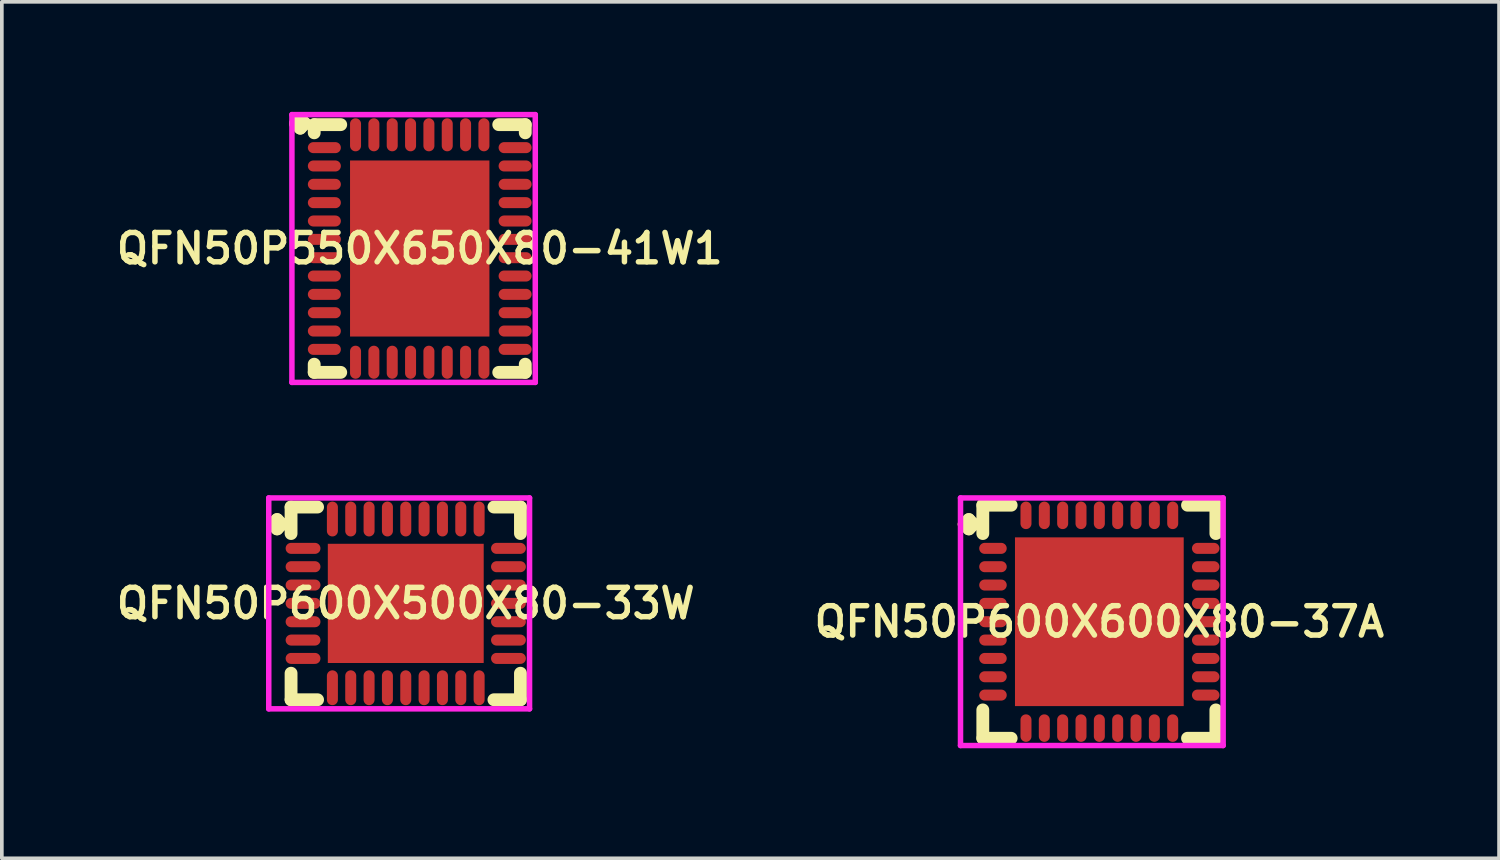
<source format=kicad_pcb>
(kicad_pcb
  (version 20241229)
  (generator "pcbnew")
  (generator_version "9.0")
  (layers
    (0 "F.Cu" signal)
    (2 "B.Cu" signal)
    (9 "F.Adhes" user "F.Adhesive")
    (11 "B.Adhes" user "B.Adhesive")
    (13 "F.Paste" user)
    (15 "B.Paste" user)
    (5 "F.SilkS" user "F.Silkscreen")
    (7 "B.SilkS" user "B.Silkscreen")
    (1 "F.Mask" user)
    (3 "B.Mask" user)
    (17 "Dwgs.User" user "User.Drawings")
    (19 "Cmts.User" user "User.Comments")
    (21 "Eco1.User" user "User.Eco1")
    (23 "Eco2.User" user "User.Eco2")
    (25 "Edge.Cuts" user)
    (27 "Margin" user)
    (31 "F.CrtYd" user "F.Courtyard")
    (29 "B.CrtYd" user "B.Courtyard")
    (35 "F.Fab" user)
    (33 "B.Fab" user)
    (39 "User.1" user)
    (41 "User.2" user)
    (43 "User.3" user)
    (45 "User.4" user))
  (footprint "QFN50P600X500X80-33W"
    (layer "F.Cu")
    (at 8.012 13.4)
    (property "Reference" "QFN50P600X500X80-33W" (at 0 0 0) (layer "F.SilkS") (effects (font (size 0.8 0.8) (thickness 0.15))))
    (attr through_hole)
    (fp_line (start -3.635 -2.158) (end -3.508 -2.285) (stroke (width 0.35) (type solid)) (layer "F.SilkS"))
    (fp_line (start -3.508 -2.285) (end -3.381 -2.158) (stroke (width 0.35) (type solid)) (layer "F.SilkS"))
    (fp_line (start -3.508 -2.031) (end -3.635 -2.158) (stroke (width 0.35) (type solid)) (layer "F.SilkS"))
    (fp_line (start -3.381 -2.158) (end -3.508 -2.031) (stroke (width 0.35) (type solid)) (layer "F.SilkS"))
    (fp_line (start -3.127 -2.627) (end -2.404 -2.627) (stroke (width 0.35) (type solid)) (layer "F.SilkS"))
    (fp_line (start -3.127 -1.904) (end -3.127 -2.627) (stroke (width 0.35) (type solid)) (layer "F.SilkS"))
    (fp_line (start -3.127 1.904) (end -3.127 2.627) (stroke (width 0.35) (type solid)) (layer "F.SilkS"))
    (fp_line (start -3.127 2.627) (end -2.404 2.627) (stroke (width 0.35) (type solid)) (layer "F.SilkS"))
    (fp_line (start 2.404 -2.627) (end 3.127 -2.627) (stroke (width 0.35) (type solid)) (layer "F.SilkS"))
    (fp_line (start 2.404 2.627) (end 3.127 2.627) (stroke (width 0.35) (type solid)) (layer "F.SilkS"))
    (fp_line (start 3.127 -2.627) (end 3.127 -1.904) (stroke (width 0.35) (type solid)) (layer "F.SilkS"))
    (fp_line (start 3.127 2.627) (end 3.127 1.904) (stroke (width 0.35) (type solid)) (layer "F.SilkS"))
    (fp_line (start -3.735 -2.875) (end 3.375 -2.875) (stroke (width 0.15) (type solid)) (layer "F.CrtYd"))
    (fp_line (start -3.735 2.875) (end -3.735 -2.875) (stroke (width 0.15) (type solid)) (layer "F.CrtYd"))
    (fp_line (start 3.375 -2.875) (end 3.375 2.875) (stroke (width 0.15) (type solid)) (layer "F.CrtYd"))
    (fp_line (start 3.375 2.875) (end -3.735 2.875) (stroke (width 0.15) (type solid)) (layer "F.CrtYd"))
    (pad "1" smd oval (at -2.8 -1.5) (size 0.95 0.3) (layers "F.Cu" "F.Mask" "F.Paste"))
    (pad "2" smd oval (at -2.8 -1) (size 0.95 0.3) (layers "F.Cu" "F.Mask" "F.Paste"))
    (pad "3" smd oval (at -2.8 -0.5) (size 0.95 0.3) (layers "F.Cu" "F.Mask" "F.Paste"))
    (pad "4" smd oval (at -2.8 0) (size 0.95 0.3) (layers "F.Cu" "F.Mask" "F.Paste"))
    (pad "5" smd oval (at -2.8 0.5) (size 0.95 0.3) (layers "F.Cu" "F.Mask" "F.Paste"))
    (pad "6" smd oval (at -2.8 1) (size 0.95 0.3) (layers "F.Cu" "F.Mask" "F.Paste"))
    (pad "7" smd oval (at -2.8 1.5) (size 0.95 0.3) (layers "F.Cu" "F.Mask" "F.Paste"))
    (pad "8" smd oval (at -2 2.3) (size 0.3 0.95) (layers "F.Cu" "F.Mask" "F.Paste"))
    (pad "9" smd oval (at -1.5 2.3) (size 0.3 0.95) (layers "F.Cu" "F.Mask" "F.Paste"))
    (pad "10" smd oval (at -1 2.3) (size 0.3 0.95) (layers "F.Cu" "F.Mask" "F.Paste"))
    (pad "11" smd oval (at -0.5 2.3) (size 0.3 0.95) (layers "F.Cu" "F.Mask" "F.Paste"))
    (pad "12" smd oval (at 0 2.3) (size 0.3 0.95) (layers "F.Cu" "F.Mask" "F.Paste"))
    (pad "13" smd oval (at 0.5 2.3) (size 0.3 0.95) (layers "F.Cu" "F.Mask" "F.Paste"))
    (pad "14" smd oval (at 1 2.3) (size 0.3 0.95) (layers "F.Cu" "F.Mask" "F.Paste"))
    (pad "15" smd oval (at 1.5 2.3) (size 0.3 0.95) (layers "F.Cu" "F.Mask" "F.Paste"))
    (pad "16" smd oval (at 2 2.3) (size 0.3 0.95) (layers "F.Cu" "F.Mask" "F.Paste"))
    (pad "17" smd oval (at 2.8 1.5) (size 0.95 0.3) (layers "F.Cu" "F.Mask" "F.Paste"))
    (pad "18" smd oval (at 2.8 1) (size 0.95 0.3) (layers "F.Cu" "F.Mask" "F.Paste"))
    (pad "19" smd oval (at 2.8 0.5) (size 0.95 0.3) (layers "F.Cu" "F.Mask" "F.Paste"))
    (pad "20" smd oval (at 2.8 0) (size 0.95 0.3) (layers "F.Cu" "F.Mask" "F.Paste"))
    (pad "21" smd oval (at 2.8 -0.5) (size 0.95 0.3) (layers "F.Cu" "F.Mask" "F.Paste"))
    (pad "22" smd oval (at 2.8 -1) (size 0.95 0.3) (layers "F.Cu" "F.Mask" "F.Paste"))
    (pad "23" smd oval (at 2.8 -1.5) (size 0.95 0.3) (layers "F.Cu" "F.Mask" "F.Paste"))
    (pad "24" smd oval (at 2 -2.3) (size 0.3 0.95) (layers "F.Cu" "F.Mask" "F.Paste"))
    (pad "25" smd oval (at 1.5 -2.3) (size 0.3 0.95) (layers "F.Cu" "F.Mask" "F.Paste"))
    (pad "26" smd oval (at 1 -2.3) (size 0.3 0.95) (layers "F.Cu" "F.Mask" "F.Paste"))
    (pad "27" smd oval (at 0.5 -2.3) (size 0.3 0.95) (layers "F.Cu" "F.Mask" "F.Paste"))
    (pad "28" smd oval (at 0 -2.3) (size 0.3 0.95) (layers "F.Cu" "F.Mask" "F.Paste"))
    (pad "29" smd oval (at -0.5 -2.3) (size 0.3 0.95) (layers "F.Cu" "F.Mask" "F.Paste"))
    (pad "30" smd oval (at -1 -2.3) (size 0.3 0.95) (layers "F.Cu" "F.Mask" "F.Paste"))
    (pad "31" smd oval (at -1.5 -2.3) (size 0.3 0.95) (layers "F.Cu" "F.Mask" "F.Paste"))
    (pad "32" smd oval (at -2 -2.3) (size 0.3 0.95) (layers "F.Cu" "F.Mask" "F.Paste"))
    (pad "33" smd rect (at 0 0) (size 4.25 3.25) (layers "F.Cu" "F.Mask" "F.Paste")))
  (footprint "QFN50P550X650X80-41W1"
    (layer "F.Cu")
    (at 8.393 3.725)
    (property "Reference" "QFN50P550X650X80-41W1" (at 0 0 0) (layer "F.SilkS") (effects (font (size 0.8 0.8) (thickness 0.15))))
    (attr smd)
    (fp_line (start -3.385 -3.408) (end -3.258 -3.535) (stroke (width 0.35) (type solid)) (layer "F.SilkS"))
    (fp_line (start -3.258 -3.535) (end -3.131 -3.408) (stroke (width 0.35) (type solid)) (layer "F.SilkS"))
    (fp_line (start -3.258 -3.281) (end -3.385 -3.408) (stroke (width 0.35) (type solid)) (layer "F.SilkS"))
    (fp_line (start -3.131 -3.408) (end -3.258 -3.281) (stroke (width 0.35) (type solid)) (layer "F.SilkS"))
    (fp_line (start -2.877 -3.377) (end -2.154 -3.377) (stroke (width 0.35) (type solid)) (layer "F.SilkS"))
    (fp_line (start -2.877 -3.154) (end -2.877 -3.377) (stroke (width 0.35) (type solid)) (layer "F.SilkS"))
    (fp_line (start -2.877 3.154) (end -2.877 3.377) (stroke (width 0.35) (type solid)) (layer "F.SilkS"))
    (fp_line (start -2.877 3.377) (end -2.154 3.377) (stroke (width 0.35) (type solid)) (layer "F.SilkS"))
    (fp_line (start 2.154 -3.377) (end 2.877 -3.377) (stroke (width 0.35) (type solid)) (layer "F.SilkS"))
    (fp_line (start 2.154 3.377) (end 2.877 3.377) (stroke (width 0.35) (type solid)) (layer "F.SilkS"))
    (fp_line (start 2.877 -3.377) (end 2.877 -3.154) (stroke (width 0.35) (type solid)) (layer "F.SilkS"))
    (fp_line (start 2.877 3.377) (end 2.877 3.154) (stroke (width 0.35) (type solid)) (layer "F.SilkS"))
    (fp_line (start -3.485 -3.65) (end 3.15 -3.65) (stroke (width 0.15) (type solid)) (layer "F.CrtYd"))
    (fp_line (start -3.485 3.65) (end -3.485 -3.65) (stroke (width 0.15) (type solid)) (layer "F.CrtYd"))
    (fp_line (start 3.15 -3.65) (end 3.15 3.65) (stroke (width 0.15) (type solid)) (layer "F.CrtYd"))
    (fp_line (start 3.15 3.65) (end -3.485 3.65) (stroke (width 0.15) (type solid)) (layer "F.CrtYd"))
    (pad "1" smd oval (at -2.6 -2.75) (size 0.9 0.3) (layers "F.Cu" "F.Mask" "F.Paste"))
    (pad "2" smd oval (at -2.6 -2.25) (size 0.9 0.3) (layers "F.Cu" "F.Mask" "F.Paste"))
    (pad "3" smd oval (at -2.6 -1.75) (size 0.9 0.3) (layers "F.Cu" "F.Mask" "F.Paste"))
    (pad "4" smd oval (at -2.6 -1.25) (size 0.9 0.3) (layers "F.Cu" "F.Mask" "F.Paste"))
    (pad "5" smd oval (at -2.6 -0.75) (size 0.9 0.3) (layers "F.Cu" "F.Mask" "F.Paste"))
    (pad "6" smd oval (at -2.6 -0.25) (size 0.9 0.3) (layers "F.Cu" "F.Mask" "F.Paste"))
    (pad "7" smd oval (at -2.6 0.25) (size 0.9 0.3) (layers "F.Cu" "F.Mask" "F.Paste"))
    (pad "8" smd oval (at -2.6 0.75) (size 0.9 0.3) (layers "F.Cu" "F.Mask" "F.Paste"))
    (pad "9" smd oval (at -2.6 1.25) (size 0.9 0.3) (layers "F.Cu" "F.Mask" "F.Paste"))
    (pad "10" smd oval (at -2.6 1.75) (size 0.9 0.3) (layers "F.Cu" "F.Mask" "F.Paste"))
    (pad "11" smd oval (at -2.6 2.25) (size 0.9 0.3) (layers "F.Cu" "F.Mask" "F.Paste"))
    (pad "12" smd oval (at -2.6 2.75) (size 0.9 0.3) (layers "F.Cu" "F.Mask" "F.Paste"))
    (pad "13" smd oval (at -1.75 3.1) (size 0.3 0.9) (layers "F.Cu" "F.Mask" "F.Paste"))
    (pad "14" smd oval (at -1.25 3.1) (size 0.3 0.9) (layers "F.Cu" "F.Mask" "F.Paste"))
    (pad "15" smd oval (at -0.75 3.1) (size 0.3 0.9) (layers "F.Cu" "F.Mask" "F.Paste"))
    (pad "16" smd oval (at -0.25 3.1) (size 0.3 0.9) (layers "F.Cu" "F.Mask" "F.Paste"))
    (pad "17" smd oval (at 0.25 3.1) (size 0.3 0.9) (layers "F.Cu" "F.Mask" "F.Paste"))
    (pad "18" smd oval (at 0.75 3.1) (size 0.3 0.9) (layers "F.Cu" "F.Mask" "F.Paste"))
    (pad "19" smd oval (at 1.25 3.1) (size 0.3 0.9) (layers "F.Cu" "F.Mask" "F.Paste"))
    (pad "20" smd oval (at 1.75 3.1) (size 0.3 0.9) (layers "F.Cu" "F.Mask" "F.Paste"))
    (pad "21" smd oval (at 2.6 2.75) (size 0.9 0.3) (layers "F.Cu" "F.Mask" "F.Paste"))
    (pad "22" smd oval (at 2.6 2.25) (size 0.9 0.3) (layers "F.Cu" "F.Mask" "F.Paste"))
    (pad "23" smd oval (at 2.6 1.75) (size 0.9 0.3) (layers "F.Cu" "F.Mask" "F.Paste"))
    (pad "24" smd oval (at 2.6 1.25) (size 0.9 0.3) (layers "F.Cu" "F.Mask" "F.Paste"))
    (pad "25" smd oval (at 2.6 0.75) (size 0.9 0.3) (layers "F.Cu" "F.Mask" "F.Paste"))
    (pad "26" smd oval (at 2.6 0.25) (size 0.9 0.3) (layers "F.Cu" "F.Mask" "F.Paste"))
    (pad "27" smd oval (at 2.6 -0.25) (size 0.9 0.3) (layers "F.Cu" "F.Mask" "F.Paste"))
    (pad "28" smd oval (at 2.6 -0.75) (size 0.9 0.3) (layers "F.Cu" "F.Mask" "F.Paste"))
    (pad "29" smd oval (at 2.6 -1.25) (size 0.9 0.3) (layers "F.Cu" "F.Mask" "F.Paste"))
    (pad "30" smd oval (at 2.6 -1.75) (size 0.9 0.3) (layers "F.Cu" "F.Mask" "F.Paste"))
    (pad "31" smd oval (at 2.6 -2.25) (size 0.9 0.3) (layers "F.Cu" "F.Mask" "F.Paste"))
    (pad "32" smd oval (at 2.6 -2.75) (size 0.9 0.3) (layers "F.Cu" "F.Mask" "F.Paste"))
    (pad "33" smd oval (at 1.75 -3.1) (size 0.3 0.9) (layers "F.Cu" "F.Mask" "F.Paste"))
    (pad "34" smd oval (at 1.25 -3.1) (size 0.3 0.9) (layers "F.Cu" "F.Mask" "F.Paste"))
    (pad "35" smd oval (at 0.75 -3.1) (size 0.3 0.9) (layers "F.Cu" "F.Mask" "F.Paste"))
    (pad "36" smd oval (at 0.25 -3.1) (size 0.3 0.9) (layers "F.Cu" "F.Mask" "F.Paste"))
    (pad "37" smd oval (at -0.25 -3.1) (size 0.3 0.9) (layers "F.Cu" "F.Mask" "F.Paste"))
    (pad "38" smd oval (at -0.75 -3.1) (size 0.3 0.9) (layers "F.Cu" "F.Mask" "F.Paste"))
    (pad "39" smd oval (at -1.25 -3.1) (size 0.3 0.9) (layers "F.Cu" "F.Mask" "F.Paste"))
    (pad "40" smd oval (at -1.75 -3.1) (size 0.3 0.9) (layers "F.Cu" "F.Mask" "F.Paste"))
    (pad "41" smd rect (at 0 0) (size 3.8 4.8) (layers "F.Cu" "F.Mask" "F.Paste")))
  (footprint "QFN50P600X600X80-37A"
    (layer "F.Cu")
    (at 26.921 13.9)
    (property "Reference" "QFN50P600X600X80-37A" (at 0 0 0) (layer "F.SilkS") (effects (font (size 0.8 0.8) (thickness 0.15))))
    (attr smd)
    (fp_line (start -3.685 -2.658) (end -3.558 -2.785) (stroke (width 0.35) (type solid)) (layer "F.SilkS"))
    (fp_line (start -3.558 -2.785) (end -3.431 -2.658) (stroke (width 0.35) (type solid)) (layer "F.SilkS"))
    (fp_line (start -3.558 -2.531) (end -3.685 -2.658) (stroke (width 0.35) (type solid)) (layer "F.SilkS"))
    (fp_line (start -3.431 -2.658) (end -3.558 -2.531) (stroke (width 0.35) (type solid)) (layer "F.SilkS"))
    (fp_line (start -3.177 -3.177) (end -2.404 -3.177) (stroke (width 0.35) (type solid)) (layer "F.SilkS"))
    (fp_line (start -3.177 -2.404) (end -3.177 -3.177) (stroke (width 0.35) (type solid)) (layer "F.SilkS"))
    (fp_line (start -3.177 2.404) (end -3.177 3.177) (stroke (width 0.35) (type solid)) (layer "F.SilkS"))
    (fp_line (start -3.177 3.177) (end -2.404 3.177) (stroke (width 0.35) (type solid)) (layer "F.SilkS"))
    (fp_line (start 2.404 -3.177) (end 3.177 -3.177) (stroke (width 0.35) (type solid)) (layer "F.SilkS"))
    (fp_line (start 2.404 3.177) (end 3.177 3.177) (stroke (width 0.35) (type solid)) (layer "F.SilkS"))
    (fp_line (start 3.177 -3.177) (end 3.177 -2.404) (stroke (width 0.35) (type solid)) (layer "F.SilkS"))
    (fp_line (start 3.177 3.177) (end 3.177 2.404) (stroke (width 0.35) (type solid)) (layer "F.SilkS"))
    (fp_line (start -3.785 -3.375) (end 3.375 -3.375) (stroke (width 0.15) (type solid)) (layer "F.CrtYd"))
    (fp_line (start -3.785 3.375) (end -3.785 -3.375) (stroke (width 0.15) (type solid)) (layer "F.CrtYd"))
    (fp_line (start 3.375 -3.375) (end 3.375 3.375) (stroke (width 0.15) (type solid)) (layer "F.CrtYd"))
    (fp_line (start 3.375 3.375) (end -3.785 3.375) (stroke (width 0.15) (type solid)) (layer "F.CrtYd"))
    (pad "1" smd oval (at -2.9 -2) (size 0.75 0.3) (layers "F.Cu" "F.Mask" "F.Paste"))
    (pad "2" smd oval (at -2.9 -1.5) (size 0.75 0.3) (layers "F.Cu" "F.Mask" "F.Paste"))
    (pad "3" smd oval (at -2.9 -1) (size 0.75 0.3) (layers "F.Cu" "F.Mask" "F.Paste"))
    (pad "4" smd oval (at -2.9 -0.5) (size 0.75 0.3) (layers "F.Cu" "F.Mask" "F.Paste"))
    (pad "5" smd oval (at -2.9 0) (size 0.75 0.3) (layers "F.Cu" "F.Mask" "F.Paste"))
    (pad "6" smd oval (at -2.9 0.5) (size 0.75 0.3) (layers "F.Cu" "F.Mask" "F.Paste"))
    (pad "7" smd oval (at -2.9 1) (size 0.75 0.3) (layers "F.Cu" "F.Mask" "F.Paste"))
    (pad "8" smd oval (at -2.9 1.5) (size 0.75 0.3) (layers "F.Cu" "F.Mask" "F.Paste"))
    (pad "9" smd oval (at -2.9 2) (size 0.75 0.3) (layers "F.Cu" "F.Mask" "F.Paste"))
    (pad "10" smd oval (at -2 2.9) (size 0.3 0.75) (layers "F.Cu" "F.Mask" "F.Paste"))
    (pad "11" smd oval (at -1.5 2.9) (size 0.3 0.75) (layers "F.Cu" "F.Mask" "F.Paste"))
    (pad "12" smd oval (at -1 2.9) (size 0.3 0.75) (layers "F.Cu" "F.Mask" "F.Paste"))
    (pad "13" smd oval (at -0.5 2.9) (size 0.3 0.75) (layers "F.Cu" "F.Mask" "F.Paste"))
    (pad "14" smd oval (at 0 2.9) (size 0.3 0.75) (layers "F.Cu" "F.Mask" "F.Paste"))
    (pad "15" smd oval (at 0.5 2.9) (size 0.3 0.75) (layers "F.Cu" "F.Mask" "F.Paste"))
    (pad "16" smd oval (at 1 2.9) (size 0.3 0.75) (layers "F.Cu" "F.Mask" "F.Paste"))
    (pad "17" smd oval (at 1.5 2.9) (size 0.3 0.75) (layers "F.Cu" "F.Mask" "F.Paste"))
    (pad "18" smd oval (at 2 2.9) (size 0.3 0.75) (layers "F.Cu" "F.Mask" "F.Paste"))
    (pad "19" smd oval (at 2.9 2) (size 0.75 0.3) (layers "F.Cu" "F.Mask" "F.Paste"))
    (pad "20" smd oval (at 2.9 1.5) (size 0.75 0.3) (layers "F.Cu" "F.Mask" "F.Paste"))
    (pad "21" smd oval (at 2.9 1) (size 0.75 0.3) (layers "F.Cu" "F.Mask" "F.Paste"))
    (pad "22" smd oval (at 2.9 0.5) (size 0.75 0.3) (layers "F.Cu" "F.Mask" "F.Paste"))
    (pad "23" smd oval (at 2.9 0) (size 0.75 0.3) (layers "F.Cu" "F.Mask" "F.Paste"))
    (pad "24" smd oval (at 2.9 -0.5) (size 0.75 0.3) (layers "F.Cu" "F.Mask" "F.Paste"))
    (pad "25" smd oval (at 2.9 -1) (size 0.75 0.3) (layers "F.Cu" "F.Mask" "F.Paste"))
    (pad "26" smd oval (at 2.9 -1.5) (size 0.75 0.3) (layers "F.Cu" "F.Mask" "F.Paste"))
    (pad "27" smd oval (at 2.9 -2) (size 0.75 0.3) (layers "F.Cu" "F.Mask" "F.Paste"))
    (pad "28" smd oval (at 2 -2.9) (size 0.3 0.75) (layers "F.Cu" "F.Mask" "F.Paste"))
    (pad "29" smd oval (at 1.5 -2.9) (size 0.3 0.75) (layers "F.Cu" "F.Mask" "F.Paste"))
    (pad "30" smd oval (at 1 -2.9) (size 0.3 0.75) (layers "F.Cu" "F.Mask" "F.Paste"))
    (pad "31" smd oval (at 0.5 -2.9) (size 0.3 0.75) (layers "F.Cu" "F.Mask" "F.Paste"))
    (pad "32" smd oval (at 0 -2.9) (size 0.3 0.75) (layers "F.Cu" "F.Mask" "F.Paste"))
    (pad "33" smd oval (at -0.5 -2.9) (size 0.3 0.75) (layers "F.Cu" "F.Mask" "F.Paste"))
    (pad "34" smd oval (at -1 -2.9) (size 0.3 0.75) (layers "F.Cu" "F.Mask" "F.Paste"))
    (pad "35" smd oval (at -1.5 -2.9) (size 0.3 0.75) (layers "F.Cu" "F.Mask" "F.Paste"))
    (pad "36" smd oval (at -2 -2.9) (size 0.3 0.75) (layers "F.Cu" "F.Mask" "F.Paste"))
    (pad "37" smd rect (at 0 0) (size 4.6 4.6) (layers "F.Cu" "F.Mask" "F.Paste")))
  (gr_rect
    (start -3 -3)
    (end 37.818 20.35)
    (stroke (width 0.1) (type default))
    (fill no)
    (layer "Edge.Cuts")))
</source>
